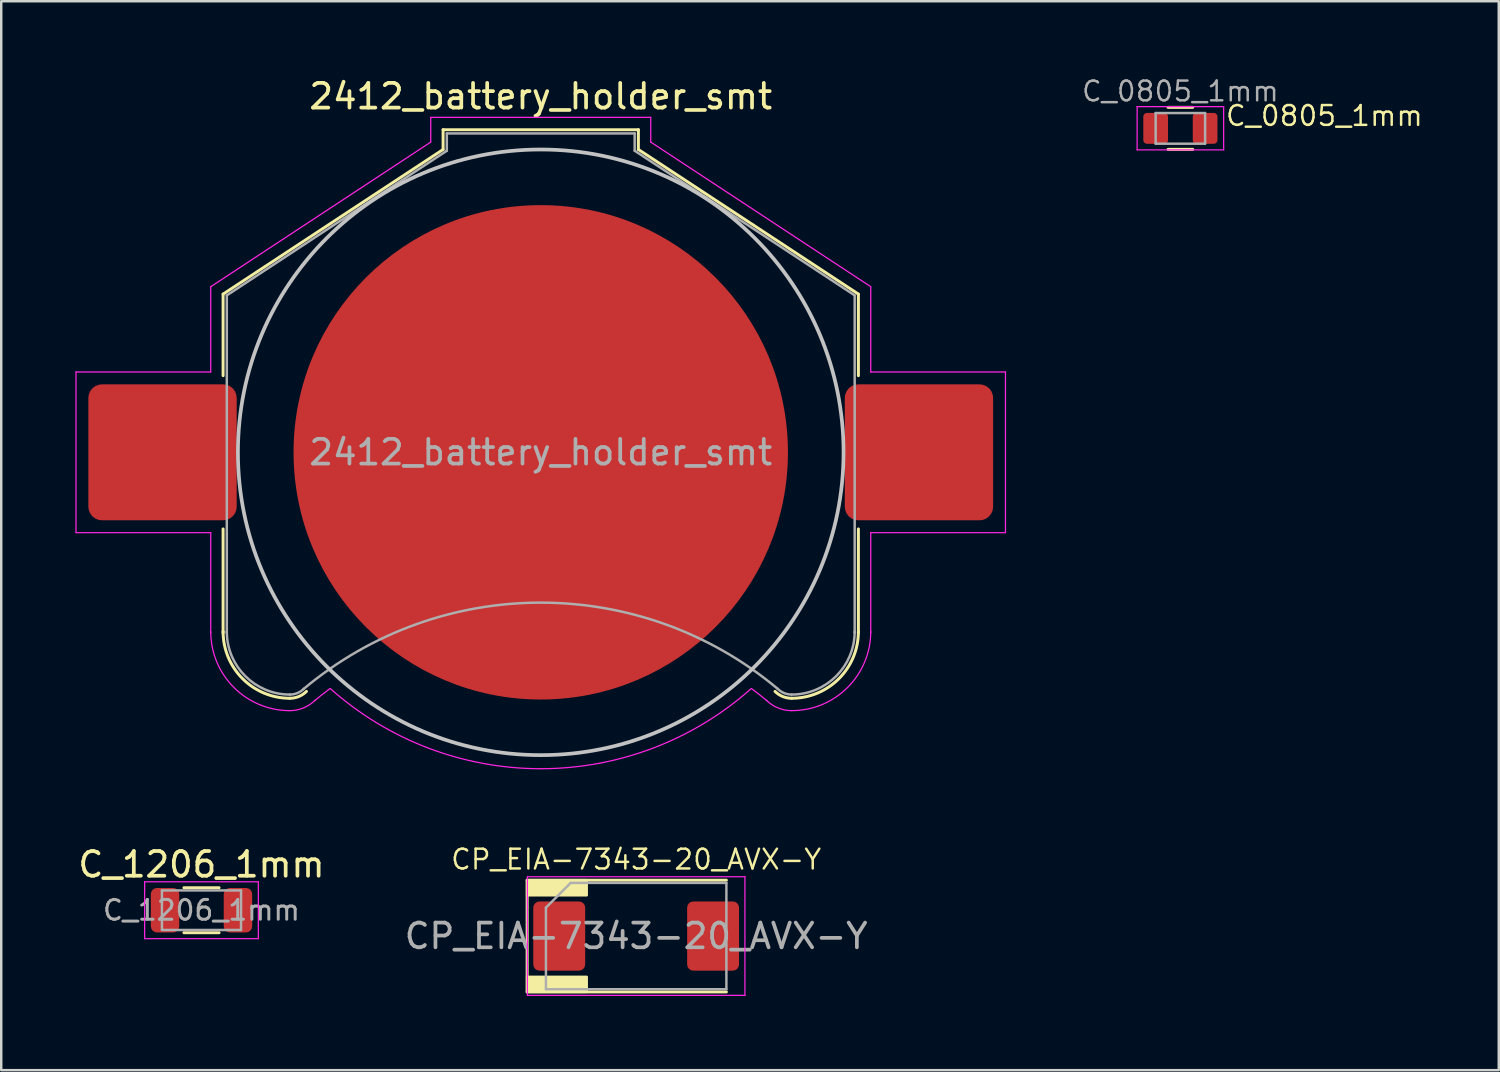
<source format=kicad_pcb>
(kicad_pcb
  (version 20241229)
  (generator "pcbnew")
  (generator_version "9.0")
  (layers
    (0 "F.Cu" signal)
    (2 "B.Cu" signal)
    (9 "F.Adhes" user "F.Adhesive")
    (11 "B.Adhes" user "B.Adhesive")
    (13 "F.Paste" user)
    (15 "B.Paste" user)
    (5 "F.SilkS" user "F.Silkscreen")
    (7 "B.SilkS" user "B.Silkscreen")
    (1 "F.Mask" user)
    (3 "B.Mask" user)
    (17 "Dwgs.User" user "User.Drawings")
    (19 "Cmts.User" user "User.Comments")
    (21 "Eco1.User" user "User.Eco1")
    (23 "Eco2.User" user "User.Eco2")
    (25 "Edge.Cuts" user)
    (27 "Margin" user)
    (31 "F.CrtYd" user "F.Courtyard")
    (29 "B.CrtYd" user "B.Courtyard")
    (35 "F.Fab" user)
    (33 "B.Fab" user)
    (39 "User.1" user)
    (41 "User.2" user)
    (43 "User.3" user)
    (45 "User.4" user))
  (footprint "C_1206_1mm"
    (layer "F.Cu")
    (at 5.101 33.772)
    (property "Reference" "C_1206_1mm" (at 0 -1.85 0) (layer "F.SilkS") (effects (font (size 1 1) (thickness 0.15))))
    (attr smd)
    (fp_line (start -0.711 -0.91) (end 0.711 -0.91) (stroke (width 0.12) (type solid)) (layer "F.SilkS"))
    (fp_line (start -0.711 0.91) (end 0.711 0.91) (stroke (width 0.12) (type solid)) (layer "F.SilkS"))
    (fp_line (start -2.3 -1.15) (end 2.3 -1.15) (stroke (width 0.05) (type solid)) (layer "F.CrtYd"))
    (fp_line (start -2.3 1.15) (end -2.3 -1.15) (stroke (width 0.05) (type solid)) (layer "F.CrtYd"))
    (fp_line (start 2.3 -1.15) (end 2.3 1.15) (stroke (width 0.05) (type solid)) (layer "F.CrtYd"))
    (fp_line (start 2.3 1.15) (end -2.3 1.15) (stroke (width 0.05) (type solid)) (layer "F.CrtYd"))
    (fp_line (start -1.6 -0.8) (end 1.6 -0.8) (stroke (width 0.1) (type solid)) (layer "F.Fab"))
    (fp_line (start -1.6 0.8) (end -1.6 -0.8) (stroke (width 0.1) (type solid)) (layer "F.Fab"))
    (fp_line (start 1.6 -0.8) (end 1.6 0.8) (stroke (width 0.1) (type solid)) (layer "F.Fab"))
    (fp_line (start 1.6 0.8) (end -1.6 0.8) (stroke (width 0.1) (type solid)) (layer "F.Fab"))
    (fp_text user "${REFERENCE}" (at 0 0 0) (layer "F.Fab") (effects (font (size 0.8 0.8) (thickness 0.12))))
    (pad "1" smd roundrect (at -1.475 0) (size 1.15 1.8) (layers "F.Cu" "F.Mask" "F.Paste") (roundrect_rratio 0.217))
    (pad "2" smd roundrect (at 1.475 0) (size 1.15 1.8) (layers "F.Cu" "F.Mask" "F.Paste") (roundrect_rratio 0.217)))
  (footprint "2412_battery_holder_smt"
    (layer "F.Cu")
    (at 18.825 15.248)
    (property "Reference" "2412_battery_holder_smt" (at 0 -14.4 0) (layer "F.SilkS") (effects (font (size 1 1) (thickness 0.15))))
    (attr smd)
    (fp_line (start -12.85 -6.4) (end -12.85 -3.1) (stroke (width 0.12) (type solid)) (layer "F.SilkS"))
    (fp_line (start -12.85 3.1) (end -12.85 7.3) (stroke (width 0.12) (type solid)) (layer "F.SilkS"))
    (fp_line (start -3.95 -13.05) (end -3.95 -12.25) (stroke (width 0.12) (type solid)) (layer "F.SilkS"))
    (fp_line (start -3.95 -13.05) (end 3.95 -13.05) (stroke (width 0.12) (type solid)) (layer "F.SilkS"))
    (fp_line (start -3.95 -12.25) (end -12.85 -6.4) (stroke (width 0.12) (type solid)) (layer "F.SilkS"))
    (fp_line (start 3.95 -13.05) (end 3.95 -12.25) (stroke (width 0.12) (type solid)) (layer "F.SilkS"))
    (fp_line (start 3.95 -12.25) (end 12.85 -6.4) (stroke (width 0.12) (type solid)) (layer "F.SilkS"))
    (fp_line (start 12.85 -6.4) (end 12.85 -3.1) (stroke (width 0.12) (type solid)) (layer "F.SilkS"))
    (fp_line (start 12.85 3.1) (end 12.85 7.3) (stroke (width 0.12) (type solid)) (layer "F.SilkS"))
    (fp_arc (start -10.15 9.95) (mid -12.059188 9.159188) (end -12.85 7.25) (stroke (width 0.12) (type solid)) (layer "F.SilkS"))
    (fp_arc (start -9.478249 9.671751) (mid -9.786451 9.877685) (end -10.15 9.95) (stroke (width 0.12) (type solid)) (layer "F.SilkS"))
    (fp_arc (start 10.15 9.95) (mid 9.786451 9.877686) (end 9.478249 9.671751) (stroke (width 0.12) (type solid)) (layer "F.SilkS"))
    (fp_arc (start 12.85 7.25) (mid 12.059188 9.159188) (end 10.15 9.95) (stroke (width 0.12) (type solid)) (layer "F.SilkS"))
    (fp_circle (center 0 0) (end 12.25 0) (stroke (width 0.15) (type solid)) (fill no) (layer "Dwgs.User"))
    (fp_line (start -18.8 -3.25) (end -18.8 3.25) (stroke (width 0.05) (type solid)) (layer "F.CrtYd"))
    (fp_line (start -18.8 3.25) (end -13.35 3.25) (stroke (width 0.05) (type solid)) (layer "F.CrtYd"))
    (fp_line (start -13.35 -6.7) (end -13.35 -3.25) (stroke (width 0.05) (type solid)) (layer "F.CrtYd"))
    (fp_line (start -13.35 -3.25) (end -18.8 -3.25) (stroke (width 0.05) (type solid)) (layer "F.CrtYd"))
    (fp_line (start -13.35 3.25) (end -13.35 7.3) (stroke (width 0.05) (type solid)) (layer "F.CrtYd"))
    (fp_line (start -4.45 -13.55) (end -4.45 -12.55) (stroke (width 0.05) (type solid)) (layer "F.CrtYd"))
    (fp_line (start -4.45 -13.55) (end 4.45 -13.55) (stroke (width 0.05) (type solid)) (layer "F.CrtYd"))
    (fp_line (start -4.45 -12.55) (end -13.35 -6.7) (stroke (width 0.05) (type solid)) (layer "F.CrtYd"))
    (fp_line (start 4.45 -13.55) (end 4.45 -12.55) (stroke (width 0.05) (type solid)) (layer "F.CrtYd"))
    (fp_line (start 4.45 -12.55) (end 13.35 -6.7) (stroke (width 0.05) (type solid)) (layer "F.CrtYd"))
    (fp_line (start 13.35 -6.7) (end 13.35 -3.25) (stroke (width 0.05) (type solid)) (layer "F.CrtYd"))
    (fp_line (start 13.35 -3.25) (end 18.8 -3.25) (stroke (width 0.05) (type solid)) (layer "F.CrtYd"))
    (fp_line (start 13.35 3.25) (end 13.35 7.3) (stroke (width 0.05) (type solid)) (layer "F.CrtYd"))
    (fp_line (start 18.8 -3.25) (end 18.8 3.25) (stroke (width 0.05) (type solid)) (layer "F.CrtYd"))
    (fp_line (start 18.8 3.25) (end 13.35 3.25) (stroke (width 0.05) (type solid)) (layer "F.CrtYd"))
    (fp_arc (start -10.15 10.45) (mid -12.412742 9.512742) (end -13.35 7.25) (stroke (width 0.05) (type solid)) (layer "F.CrtYd"))
    (fp_arc (start -9.15 10.05) (mid -8.840691 9.798786) (end -8.524488 9.556307) (stroke (width 0.05) (type solid)) (layer "F.CrtYd"))
    (fp_arc (start -9.124695 10.025305) (mid -9.595109 10.339626) (end -10.15 10.45) (stroke (width 0.05) (type solid)) (layer "F.CrtYd"))
    (fp_arc (start 0 12.8) (mid -4.55581 11.961797) (end -8.514949 9.556969) (stroke (width 0.05) (type solid)) (layer "F.CrtYd"))
    (fp_arc (start 8.514949 9.556969) (mid 4.55581 11.961798) (end 0 12.8) (stroke (width 0.05) (type solid)) (layer "F.CrtYd"))
    (fp_arc (start 8.524488 9.556307) (mid 8.840691 9.798786) (end 9.15 10.05) (stroke (width 0.05) (type solid)) (layer "F.CrtYd"))
    (fp_arc (start 10.15 10.45) (mid 9.595109 10.339625) (end 9.124695 10.025305) (stroke (width 0.05) (type solid)) (layer "F.CrtYd"))
    (fp_arc (start 13.35 7.25) (mid 12.412742 9.512742) (end 10.15 10.45) (stroke (width 0.05) (type solid)) (layer "F.CrtYd"))
    (fp_line (start -12.7 -6.35) (end -12.7 7.3) (stroke (width 0.1) (type solid)) (layer "F.Fab"))
    (fp_line (start -3.8 -12.9) (end -3.8 -12.2) (stroke (width 0.1) (type solid)) (layer "F.Fab"))
    (fp_line (start -3.8 -12.9) (end 3.8 -12.9) (stroke (width 0.1) (type solid)) (layer "F.Fab"))
    (fp_line (start -3.8 -12.2) (end -12.7 -6.35) (stroke (width 0.1) (type solid)) (layer "F.Fab"))
    (fp_line (start 3.8 -12.9) (end 3.8 -12.2) (stroke (width 0.1) (type solid)) (layer "F.Fab"))
    (fp_line (start 3.8 -12.2) (end 12.7 -6.35) (stroke (width 0.1) (type solid)) (layer "F.Fab"))
    (fp_line (start 12.7 -6.35) (end 12.7 7.3) (stroke (width 0.1) (type solid)) (layer "F.Fab"))
    (fp_arc (start -10.15 9.8) (mid -11.953122 9.053122) (end -12.7 7.25) (stroke (width 0.1) (type solid)) (layer "F.Fab"))
    (fp_arc (start -9.6 9.58) (mid -0.013392 6.081011) (end 9.579482 9.562783) (stroke (width 0.1) (type solid)) (layer "F.Fab"))
    (fp_arc (start -9.584315 9.565685) (mid -9.843853 9.739103) (end -10.15 9.8) (stroke (width 0.1) (type solid)) (layer "F.Fab"))
    (fp_arc (start 10.15 9.8) (mid 9.843853 9.739104) (end 9.584315 9.565685) (stroke (width 0.1) (type solid)) (layer "F.Fab"))
    (fp_arc (start 12.7 7.25) (mid 11.953122 9.053122) (end 10.15 9.8) (stroke (width 0.1) (type solid)) (layer "F.Fab"))
    (fp_text user "${REFERENCE}" (at 0 0 0) (layer "F.Fab") (effects (font (size 1 1) (thickness 0.15))))
    (pad "1" smd roundrect (at -15.3 0) (size 6 5.5) (layers "F.Cu" "F.Mask" "F.Paste") (roundrect_rratio 0.1))
    (pad "1" smd roundrect (at 15.3 0) (size 6 5.5) (layers "F.Cu" "F.Mask" "F.Paste") (roundrect_rratio 0.1))
    (pad "2" smd circle (at 0 0) (size 20 20) (layers "F.Cu" "F.Mask")))
  (footprint "C_0805_1mm"
    (layer "F.Cu")
    (at 44.701 2.143)
    (property "Reference" "C_0805_1mm" (at 1.778 -0.508 0) (unlocked yes) (layer "F.SilkS") (effects (font (size 0.8 0.8) (thickness 0.1)) (justify left)))
    (attr smd)
    (fp_line (start -0.5 0.85) (end 0.5 0.85) (stroke (width 0.12) (type solid)) (layer "F.SilkS"))
    (fp_line (start 0.5 -0.85) (end -0.5 -0.85) (stroke (width 0.12) (type solid)) (layer "F.SilkS"))
    (fp_line (start -1.75 -0.88) (end -1.75 0.87) (stroke (width 0.05) (type solid)) (layer "F.CrtYd"))
    (fp_line (start -1.75 -0.88) (end 1.75 -0.88) (stroke (width 0.05) (type solid)) (layer "F.CrtYd"))
    (fp_line (start 1.75 0.87) (end -1.75 0.87) (stroke (width 0.05) (type solid)) (layer "F.CrtYd"))
    (fp_line (start 1.75 0.87) (end 1.75 -0.88) (stroke (width 0.05) (type solid)) (layer "F.CrtYd"))
    (fp_line (start -1 -0.62) (end 1 -0.62) (stroke (width 0.1) (type solid)) (layer "F.Fab"))
    (fp_line (start -1 0.62) (end -1 -0.62) (stroke (width 0.1) (type solid)) (layer "F.Fab"))
    (fp_line (start 1 -0.62) (end 1 0.62) (stroke (width 0.1) (type solid)) (layer "F.Fab"))
    (fp_line (start 1 0.62) (end -1 0.62) (stroke (width 0.1) (type solid)) (layer "F.Fab"))
    (fp_text user "${REFERENCE}" (at 0 -1.5 0) (layer "F.Fab") (effects (font (size 0.8 0.8) (thickness 0.1))))
    (pad "1" smd roundrect (at -1 0) (size 1 1.25) (layers "F.Cu" "F.Mask" "F.Paste") (roundrect_rratio 0.15))
    (pad "2" smd roundrect (at 1 0) (size 1 1.25) (layers "F.Cu" "F.Mask" "F.Paste") (roundrect_rratio 0.15)))
  (footprint "CP_EIA-7343-20_AVX-Y"
    (layer "F.Cu")
    (at 22.685 34.817)
    (property "Reference" "CP_EIA-7343-20_AVX-Y" (at 0 -3.1 0) (layer "F.SilkS") (effects (font (size 0.8 0.8) (thickness 0.1))))
    (attr smd)
    (fp_line (start -4.41 -2.26) (end -4.41 2.26) (stroke (width 0.12) (type solid)) (layer "F.SilkS"))
    (fp_line (start -4.41 2.26) (end 3.65 2.26) (stroke (width 0.12) (type solid)) (layer "F.SilkS"))
    (fp_line (start 3.65 -2.26) (end -4.41 -2.26) (stroke (width 0.12) (type solid)) (layer "F.SilkS"))
    (fp_rect (start -4.41 -2.26) (end -2 -1.65) (stroke (width 0.1) (type solid)) (fill yes) (layer "F.SilkS"))
    (fp_rect (start -4.41 1.65) (end -2 2.26) (stroke (width 0.1) (type solid)) (fill yes) (layer "F.SilkS"))
    (fp_line (start -4.4 -2.4) (end 4.4 -2.4) (stroke (width 0.05) (type solid)) (layer "F.CrtYd"))
    (fp_line (start -4.4 2.4) (end -4.4 -2.4) (stroke (width 0.05) (type solid)) (layer "F.CrtYd"))
    (fp_line (start 4.4 -2.4) (end 4.4 2.4) (stroke (width 0.05) (type solid)) (layer "F.CrtYd"))
    (fp_line (start 4.4 2.4) (end -4.4 2.4) (stroke (width 0.05) (type solid)) (layer "F.CrtYd"))
    (fp_line (start -3.65 -1.15) (end -3.65 2.15) (stroke (width 0.1) (type solid)) (layer "F.Fab"))
    (fp_line (start -3.65 2.15) (end 3.65 2.15) (stroke (width 0.1) (type solid)) (layer "F.Fab"))
    (fp_line (start -2.65 -2.15) (end -3.65 -1.15) (stroke (width 0.1) (type solid)) (layer "F.Fab"))
    (fp_line (start 3.65 -2.15) (end -2.65 -2.15) (stroke (width 0.1) (type solid)) (layer "F.Fab"))
    (fp_line (start 3.65 2.15) (end 3.65 -2.15) (stroke (width 0.1) (type solid)) (layer "F.Fab"))
    (fp_text user "${REFERENCE}" (at 0 0 0) (layer "F.Fab") (effects (font (size 1 1) (thickness 0.15))))
    (pad "1" smd roundrect (at -3.112 0) (size 2.1 2.8) (layers "F.Cu" "F.Mask" "F.Paste") (roundrect_rratio 0.12))
    (pad "2" smd roundrect (at 3.112 0) (size 2.1 2.8) (layers "F.Cu" "F.Mask" "F.Paste") (roundrect_rratio 0.12)))
  (gr_rect
    (start -3 -3)
    (end 57.581 40.242)
    (stroke (width 0.1) (type default))
    (fill no)
    (layer "Edge.Cuts")))
</source>
